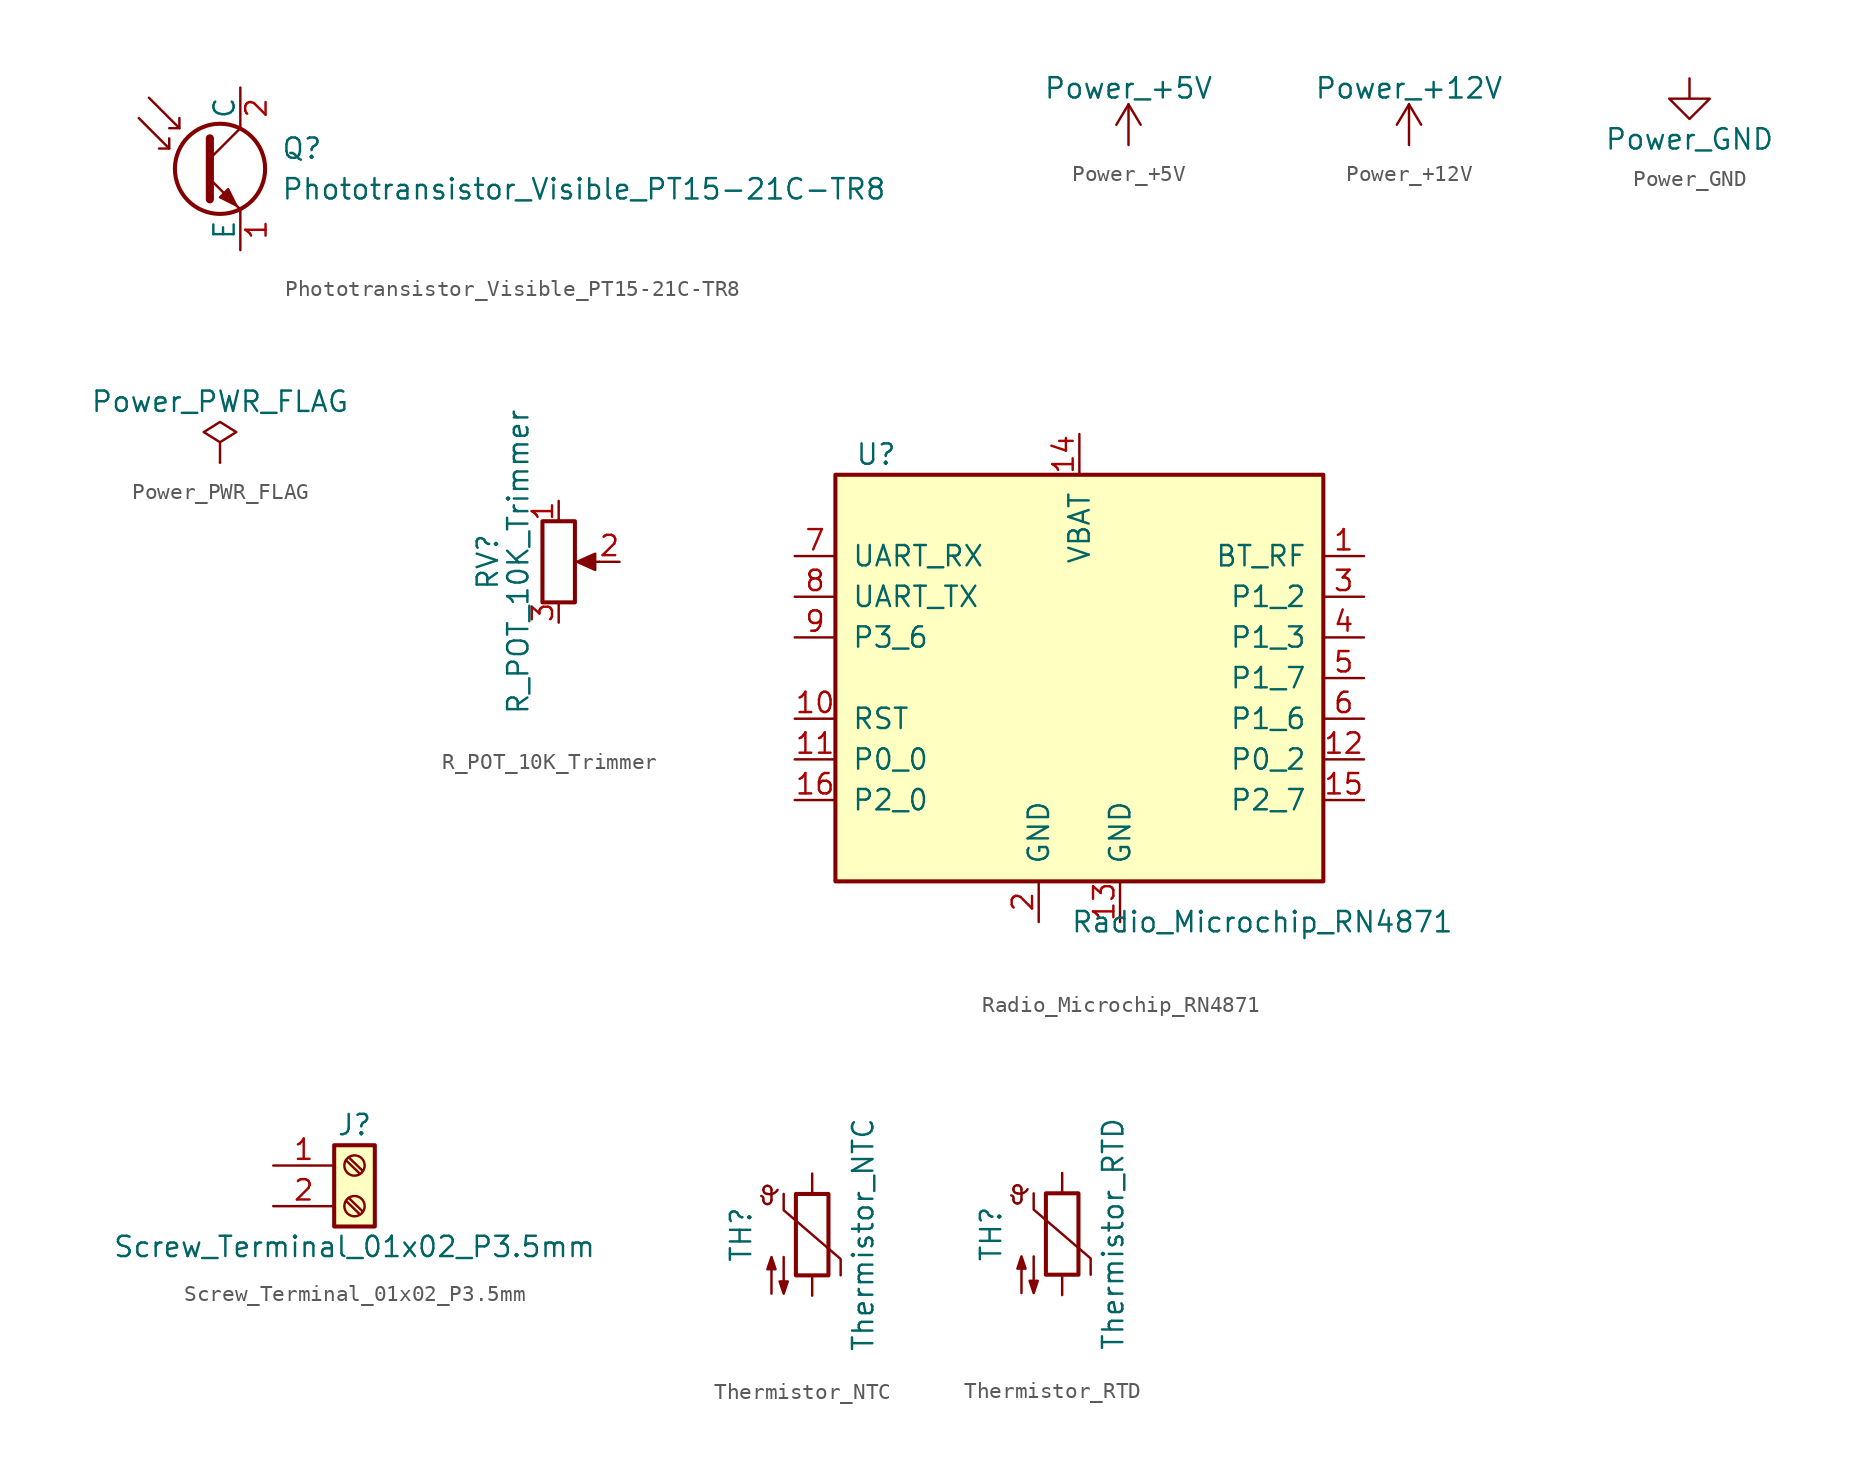
<source format=kicad_sym>
(kicad_symbol_lib
  (version 20220914)
  (generator kicad_symbol_editor)
  (symbol "Phototransistor_Visible_PT15-21C-TR8"
    (pin_names
      (offset 0))
    (property "Reference" "Q"
      (at 5.08 1.27 0)
      (effects (font (size 1.27 1.27)) (justify left)))
    (property "Value" "Phototransistor_Visible_PT15-21C-TR8"
      (at 5.08 -1.27 0)
      (effects (font (size 1.27 1.27)) (justify left)))
    (symbol "Phototransistor_Visible_PT15-21C-TR8_0_1"
      (polyline (pts (xy -1.905 1.27) (xy -2.54 1.27)) (stroke (width 0) (type solid)) (fill (type none)))
      (polyline (pts (xy -1.27 2.54) (xy -1.905 2.54)) (stroke (width 0) (type solid)) (fill (type none)))
      (polyline (pts (xy 0.635 0.635) (xy 2.54 2.54)) (stroke (width 0) (type solid)) (fill (type none)))
      (polyline (pts (xy -3.81 3.175) (xy -1.905 1.27) (xy -1.905 1.905)) (stroke (width 0) (type solid)) (fill (type none)))
      (polyline (pts (xy -3.175 4.445) (xy -1.27 2.54) (xy -1.27 3.175)) (stroke (width 0) (type solid)) (fill (type none)))
      (polyline (pts (xy 0.635 -0.635) (xy 2.54 -2.54) (xy 2.54 -2.54)) (stroke (width 0) (type solid)) (fill (type none)))
      (polyline (pts (xy 0.635 1.905) (xy 0.635 -1.905) (xy 0.635 -1.905)) (stroke (width 0.508) (type solid)) (fill (type none)))
      (polyline (pts (xy 1.27 -1.778) (xy 1.778 -1.27) (xy 2.286 -2.286) (xy 1.27 -1.778) (xy 1.27 -1.778)) (stroke (width 0) (type solid)) (fill (type outline)))
      (circle (center 1.27 0) (radius 2.819) (stroke (width 0.254) (type solid)) (fill (type none))))
    (symbol "Phototransistor_Visible_PT15-21C-TR8_1_1"
      (pin passive line (at 2.54 -5.08 90) (length 2.54) (name "E" (effects (font (size 1.27 1.27)))) (number "1" (effects (font (size 1.27 1.27)))))
      (pin passive line (at 2.54 5.08 270) (length 2.54) (name "C" (effects (font (size 1.27 1.27)))) (number "2" (effects (font (size 1.27 1.27)))))))
  (symbol "Power_+5V"
    (power)
    (pin_names
      (offset 0))
    (property "Reference" "#PWR"
      (at 0 -3.81 0)
      (effects (font (size 1.27 1.27)) hide))
    (property "Value" "Power_+5V"
      (at 0 3.556 0)
      (effects (font (size 1.27 1.27))))
    (symbol "Power_+5V_0_1"
      (polyline (pts (xy -0.762 1.27) (xy 0 2.54)) (stroke (width 0) (type solid)) (fill (type none)))
      (polyline (pts (xy 0 0) (xy 0 2.54)) (stroke (width 0) (type solid)) (fill (type none)))
      (polyline (pts (xy 0 2.54) (xy 0.762 1.27)) (stroke (width 0) (type solid)) (fill (type none))))
    (symbol "Power_+5V_1_1"
      (pin power_in line (at 0 0 90) (length 0) hide (name "+5V" (effects (font (size 1.27 1.27)))) (number "1" (effects (font (size 1.27 1.27)))))))
  (symbol "Power_+12V"
    (power)
    (pin_names
      (offset 0))
    (property "Reference" "#PWR"
      (at 0 -3.81 0)
      (effects (font (size 1.27 1.27)) hide))
    (property "Value" "Power_+12V"
      (at 0 3.556 0)
      (effects (font (size 1.27 1.27))))
    (symbol "Power_+12V_0_1"
      (polyline (pts (xy -0.762 1.27) (xy 0 2.54)) (stroke (width 0) (type solid)) (fill (type none)))
      (polyline (pts (xy 0 0) (xy 0 2.54)) (stroke (width 0) (type solid)) (fill (type none)))
      (polyline (pts (xy 0 2.54) (xy 0.762 1.27)) (stroke (width 0) (type solid)) (fill (type none))))
    (symbol "Power_+12V_1_1"
      (pin power_in line (at 0 0 90) (length 0) hide (name "+12V" (effects (font (size 1.27 1.27)))) (number "1" (effects (font (size 1.27 1.27)))))))
  (symbol "Power_GND"
    (power)
    (pin_names
      (offset 0))
    (property "Reference" "#PWR"
      (at 0 -6.35 0)
      (effects (font (size 1.27 1.27)) hide))
    (property "Value" "Power_GND"
      (at 0 -3.81 0)
      (effects (font (size 1.27 1.27))))
    (symbol "Power_GND_0_1"
      (polyline (pts (xy 0 0) (xy 0 -1.27) (xy 1.27 -1.27) (xy 0 -2.54) (xy -1.27 -1.27) (xy 0 -1.27)) (stroke (width 0) (type solid)) (fill (type none))))
    (symbol "Power_GND_1_1"
      (pin power_in line (at 0 0 270) (length 0) hide (name "GND" (effects (font (size 1.27 1.27)))) (number "1" (effects (font (size 1.27 1.27)))))))
  (symbol "Power_PWR_FLAG"
    (power)
    (pin_numbers hide)
    (pin_names
      (offset 0) hide)
    (property "Reference" "#FLG"
      (at 0 1.905 0)
      (effects (font (size 1.27 1.27)) hide))
    (property "Value" "Power_PWR_FLAG"
      (at 0 3.81 0)
      (effects (font (size 1.27 1.27))))
    (symbol "Power_PWR_FLAG_0_0"
      (pin power_out line (at 0 0 90) (length 0) (name "pwr" (effects (font (size 1.27 1.27)))) (number "1" (effects (font (size 1.27 1.27))))))
    (symbol "Power_PWR_FLAG_0_1"
      (polyline (pts (xy 0 0) (xy 0 1.27) (xy -1.016 1.905) (xy 0 2.54) (xy 1.016 1.905) (xy 0 1.27)) (stroke (width 0) (type solid)) (fill (type none)))))
  (symbol "R_POT_10K_Trimmer"
    (pin_names
      (offset 1.016) hide)
    (property "Reference" "RV"
      (at -4.445 0 90)
      (effects (font (size 1.27 1.27))))
    (property "Value" "R_POT_10K_Trimmer"
      (at -2.54 0 90)
      (effects (font (size 1.27 1.27))))
    (symbol "R_POT_10K_Trimmer_0_1"
      (polyline (pts (xy 2.54 0) (xy 1.524 0)) (stroke (width 0) (type solid)) (fill (type none)))
      (polyline (pts (xy 1.143 0) (xy 2.286 0.508) (xy 2.286 -0.508) (xy 1.143 0)) (stroke (width 0) (type solid)) (fill (type outline)))
      (rectangle (start 1.016 2.54) (end -1.016 -2.54) (stroke (width 0.254) (type solid)) (fill (type none))))
    (symbol "R_POT_10K_Trimmer_1_1"
      (pin passive line (at 0 3.81 270) (length 1.27) (name "1" (effects (font (size 1.27 1.27)))) (number "1" (effects (font (size 1.27 1.27)))))
      (pin passive line (at 3.81 0 180) (length 1.27) (name "2" (effects (font (size 1.27 1.27)))) (number "2" (effects (font (size 1.27 1.27)))))
      (pin passive line (at 0 -3.81 90) (length 1.27) (name "3" (effects (font (size 1.27 1.27)))) (number "3" (effects (font (size 1.27 1.27)))))))
  (symbol "Radio_Microchip_RN4871"
    (pin_names
      (offset 1.016))
    (property "Reference" "U"
      (at -12.7 13.97 0)
      (effects (font (size 1.27 1.27))))
    (property "Value" "Radio_Microchip_RN4871"
      (at 11.43 -15.24 0)
      (effects (font (size 1.27 1.27))))
    (symbol "Radio_Microchip_RN4871_0_1"
      (rectangle (start -15.24 12.7) (end 15.24 -12.7) (stroke (width 0.254) (type solid)) (fill (type background))))
    (symbol "Radio_Microchip_RN4871_1_1"
      (pin output line (at 17.78 7.62 180) (length 2.54) (name "BT_RF" (effects (font (size 1.27 1.27)))) (number "1" (effects (font (size 1.27 1.27)))))
      (pin input line (at -17.78 -2.54 0) (length 2.54) (name "RST" (effects (font (size 1.27 1.27)))) (number "10" (effects (font (size 1.27 1.27)))))
      (pin bidirectional line (at -17.78 -5.08 0) (length 2.54) (name "P0_0" (effects (font (size 1.27 1.27)))) (number "11" (effects (font (size 1.27 1.27)))))
      (pin bidirectional line (at 17.78 -5.08 180) (length 2.54) (name "P0_2" (effects (font (size 1.27 1.27)))) (number "12" (effects (font (size 1.27 1.27)))))
      (pin power_in line (at 2.54 -15.24 90) (length 2.54) (name "GND" (effects (font (size 1.27 1.27)))) (number "13" (effects (font (size 1.27 1.27)))))
      (pin power_in line (at 0 15.24 270) (length 2.54) (name "VBAT" (effects (font (size 1.27 1.27)))) (number "14" (effects (font (size 1.27 1.27)))))
      (pin bidirectional line (at 17.78 -7.62 180) (length 2.54) (name "P2_7" (effects (font (size 1.27 1.27)))) (number "15" (effects (font (size 1.27 1.27)))))
      (pin input line (at -17.78 -7.62 0) (length 2.54) (name "P2_0" (effects (font (size 1.27 1.27)))) (number "16" (effects (font (size 1.27 1.27)))))
      (pin power_in line (at -2.54 -15.24 90) (length 2.54) (name "GND" (effects (font (size 1.27 1.27)))) (number "2" (effects (font (size 1.27 1.27)))))
      (pin bidirectional line (at 17.78 5.08 180) (length 2.54) (name "P1_2" (effects (font (size 1.27 1.27)))) (number "3" (effects (font (size 1.27 1.27)))))
      (pin bidirectional line (at 17.78 2.54 180) (length 2.54) (name "P1_3" (effects (font (size 1.27 1.27)))) (number "4" (effects (font (size 1.27 1.27)))))
      (pin bidirectional line (at 17.78 0 180) (length 2.54) (name "P1_7" (effects (font (size 1.27 1.27)))) (number "5" (effects (font (size 1.27 1.27)))))
      (pin bidirectional line (at 17.78 -2.54 180) (length 2.54) (name "P1_6" (effects (font (size 1.27 1.27)))) (number "6" (effects (font (size 1.27 1.27)))))
      (pin input line (at -17.78 7.62 0) (length 2.54) (name "UART_RX" (effects (font (size 1.27 1.27)))) (number "7" (effects (font (size 1.27 1.27)))))
      (pin output line (at -17.78 5.08 0) (length 2.54) (name "UART_TX" (effects (font (size 1.27 1.27)))) (number "8" (effects (font (size 1.27 1.27)))))
      (pin bidirectional line (at -17.78 2.54 0) (length 2.54) (name "P3_6" (effects (font (size 1.27 1.27)))) (number "9" (effects (font (size 1.27 1.27)))))))
  (symbol "Screw_Terminal_01x02_P3.5mm"
    (pin_names
      (offset 1.016) hide)
    (property "Reference" "J"
      (at 0 2.54 0)
      (effects (font (size 1.27 1.27))))
    (property "Value" "Screw_Terminal_01x02_P3.5mm"
      (at 0 -5.08 0)
      (effects (font (size 1.27 1.27))))
    (symbol "Screw_Terminal_01x02_P3.5mm_1_1"
      (rectangle (start -1.27 1.27) (end 1.27 -3.81) (stroke (width 0.254) (type solid)) (fill (type background)))
      (circle (center 0 -2.54) (radius 0.635) (stroke (width 0.152) (type solid)) (fill (type none)))
      (polyline (pts (xy -0.533 -2.21) (xy 0.33 -3.048)) (stroke (width 0.152) (type solid)) (fill (type none)))
      (polyline (pts (xy -0.533 0.33) (xy 0.33 -0.508)) (stroke (width 0.152) (type solid)) (fill (type none)))
      (polyline (pts (xy -0.356 -2.032) (xy 0.508 -2.87)) (stroke (width 0.152) (type solid)) (fill (type none)))
      (polyline (pts (xy -0.356 0.508) (xy 0.508 -0.33)) (stroke (width 0.152) (type solid)) (fill (type none)))
      (circle (center 0 0) (radius 0.635) (stroke (width 0.152) (type solid)) (fill (type none)))
      (pin passive line (at -5.08 0 0) (length 3.81) (name "Pin_1" (effects (font (size 1.27 1.27)))) (number "1" (effects (font (size 1.27 1.27)))))
      (pin passive line (at -5.08 -2.54 0) (length 3.81) (name "Pin_2" (effects (font (size 1.27 1.27)))) (number "2" (effects (font (size 1.27 1.27)))))))
  (symbol "Thermistor_NTC"
    (pin_numbers hide)
    (pin_names
      (offset 0))
    (property "Reference" "TH"
      (at -4.445 0 90)
      (effects (font (size 1.27 1.27))))
    (property "Value" "Thermistor_NTC"
      (at 3.175 0 90)
      (effects (font (size 1.27 1.27))))
    (symbol "Thermistor_NTC_0_1"
      (arc (start -3.048 2.159) (mid -3.0495 2.3143) (end -3.175 2.413) (stroke (width 0) (type solid)) (fill (type none)))
      (arc (start -3.048 2.159) (mid -2.9736 1.9794) (end -2.794 1.905) (stroke (width 0) (type solid)) (fill (type none)))
      (arc (start -3.048 2.794) (mid -2.9736 2.6144) (end -2.794 2.54) (stroke (width 0) (type solid)) (fill (type none)))
      (arc (start -2.794 1.905) (mid -2.6144 1.9794) (end -2.54 2.159) (stroke (width 0) (type solid)) (fill (type none)))
      (arc (start -2.794 2.54) (mid -2.4393 2.5587) (end -2.159 2.794) (stroke (width 0) (type solid)) (fill (type none)))
      (arc (start -2.794 3.048) (mid -2.9736 2.9736) (end -3.048 2.794) (stroke (width 0) (type solid)) (fill (type none)))
      (arc (start -2.54 2.794) (mid -2.6144 2.9736) (end -2.794 3.048) (stroke (width 0) (type solid)) (fill (type none)))
      (rectangle (start -1.016 2.54) (end 1.016 -2.54) (stroke (width 0.254) (type solid)) (fill (type none)))
      (polyline (pts (xy -2.54 2.159) (xy -2.54 2.794)) (stroke (width 0) (type solid)) (fill (type none)))
      (polyline (pts (xy -1.778 2.54) (xy -1.778 1.524) (xy 1.778 -1.524) (xy 1.778 -2.54)) (stroke (width 0) (type solid)) (fill (type none)))
      (polyline (pts (xy -2.54 -3.683) (xy -2.54 -1.397) (xy -2.794 -2.159) (xy -2.286 -2.159) (xy -2.54 -1.397) (xy -2.54 -1.651)) (stroke (width 0) (type solid)) (fill (type outline)))
      (polyline (pts (xy -1.778 -1.397) (xy -1.778 -3.683) (xy -2.032 -2.921) (xy -1.524 -2.921) (xy -1.778 -3.683) (xy -1.778 -3.429)) (stroke (width 0) (type solid)) (fill (type outline))))
    (symbol "Thermistor_NTC_1_1"
      (pin passive line (at 0 3.81 270) (length 1.27) (name "~" (effects (font (size 1.27 1.27)))) (number "1" (effects (font (size 1.27 1.27)))))
      (pin passive line (at 0 -3.81 90) (length 1.27) (name "~" (effects (font (size 1.27 1.27)))) (number "2" (effects (font (size 1.27 1.27)))))))
  (symbol "Thermistor_RTD"
    (pin_numbers hide)
    (pin_names
      (offset 0))
    (property "Reference" "TH"
      (at -4.445 0 90)
      (effects (font (size 1.27 1.27))))
    (property "Value" "Thermistor_RTD"
      (at 3.175 0 90)
      (effects (font (size 1.27 1.27))))
    (symbol "Thermistor_RTD_0_1"
      (arc (start -3.048 2.159) (mid -3.0495 2.3143) (end -3.175 2.413) (stroke (width 0) (type solid)) (fill (type none)))
      (arc (start -3.048 2.159) (mid -2.9736 1.9794) (end -2.794 1.905) (stroke (width 0) (type solid)) (fill (type none)))
      (arc (start -3.048 2.794) (mid -2.9736 2.6144) (end -2.794 2.54) (stroke (width 0) (type solid)) (fill (type none)))
      (arc (start -2.794 1.905) (mid -2.6144 1.9794) (end -2.54 2.159) (stroke (width 0) (type solid)) (fill (type none)))
      (arc (start -2.794 2.54) (mid -2.4393 2.5587) (end -2.159 2.794) (stroke (width 0) (type solid)) (fill (type none)))
      (arc (start -2.794 3.048) (mid -2.9736 2.9736) (end -3.048 2.794) (stroke (width 0) (type solid)) (fill (type none)))
      (arc (start -2.54 2.794) (mid -2.6144 2.9736) (end -2.794 3.048) (stroke (width 0) (type solid)) (fill (type none)))
      (rectangle (start -1.016 2.54) (end 1.016 -2.54) (stroke (width 0.254) (type solid)) (fill (type none)))
      (polyline (pts (xy -2.54 2.159) (xy -2.54 2.794)) (stroke (width 0) (type solid)) (fill (type none)))
      (polyline (pts (xy -1.778 2.54) (xy -1.778 1.524) (xy 1.778 -1.524) (xy 1.778 -2.54)) (stroke (width 0) (type solid)) (fill (type none)))
      (polyline (pts (xy -2.54 -3.683) (xy -2.54 -1.397) (xy -2.794 -2.159) (xy -2.286 -2.159) (xy -2.54 -1.397) (xy -2.54 -1.651)) (stroke (width 0) (type solid)) (fill (type outline)))
      (polyline (pts (xy -1.778 -1.397) (xy -1.778 -3.683) (xy -2.032 -2.921) (xy -1.524 -2.921) (xy -1.778 -3.683) (xy -1.778 -3.429)) (stroke (width 0) (type solid)) (fill (type outline))))
    (symbol "Thermistor_RTD_1_1"
      (pin passive line (at 0 3.81 270) (length 1.27) (name "~" (effects (font (size 1.27 1.27)))) (number "1" (effects (font (size 1.27 1.27)))))
      (pin passive line (at 0 -3.81 90) (length 1.27) (name "~" (effects (font (size 1.27 1.27)))) (number "2" (effects (font (size 1.27 1.27))))))))
</source>
